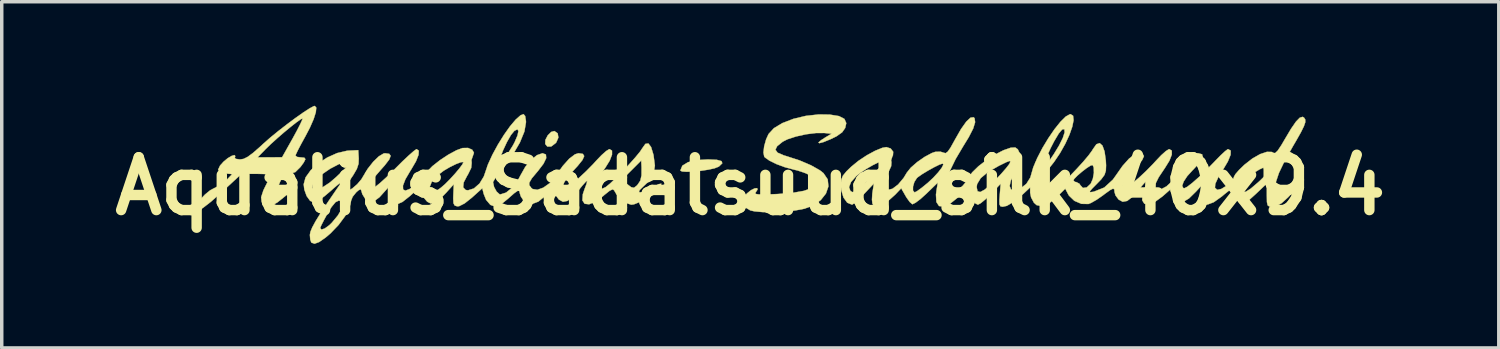
<source format=kicad_pcb>
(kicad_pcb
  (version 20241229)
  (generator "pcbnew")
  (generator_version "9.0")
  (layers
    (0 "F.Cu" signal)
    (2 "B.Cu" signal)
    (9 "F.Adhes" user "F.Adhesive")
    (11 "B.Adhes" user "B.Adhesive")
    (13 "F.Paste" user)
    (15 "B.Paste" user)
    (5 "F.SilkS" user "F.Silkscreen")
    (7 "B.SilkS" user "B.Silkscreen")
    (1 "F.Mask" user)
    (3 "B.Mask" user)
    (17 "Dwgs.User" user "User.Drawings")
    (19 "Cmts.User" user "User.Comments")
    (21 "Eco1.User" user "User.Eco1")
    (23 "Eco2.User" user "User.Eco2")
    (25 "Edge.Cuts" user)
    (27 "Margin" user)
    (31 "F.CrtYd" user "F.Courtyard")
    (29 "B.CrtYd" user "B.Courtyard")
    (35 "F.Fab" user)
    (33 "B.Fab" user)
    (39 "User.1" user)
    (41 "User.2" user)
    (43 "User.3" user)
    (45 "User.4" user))
  (footprint "Aqualius_Sadalsuud_silk_40x9.4"
    (layer "F.Cu")
    (at 18.586 2.319)
    (property "Reference" "Aqualius_Sadalsuud_silk_40x9.4" (at 0 0 0) (layer "F.SilkS") (effects (font (size 1.524 1.524) (thickness 0.3))))
    (attr through_hole)
    (fp_poly (pts (xy -5.554 -1.524) (xy -5.534 -1.402) (xy -5.593 -1.265) (xy -5.612 -1.242) (xy -5.742 -1.144) (xy -5.853 -1.144) (xy -5.913 -1.217) (xy -5.908 -1.335) (xy -5.841 -1.465) (xy -5.741 -1.564) (xy -5.65 -1.59) (xy -5.554 -1.524)) (stroke (width 0.01) (type solid)) (fill yes) (layer "F.SilkS"))
    (fp_poly (pts (xy -0.965 -0.76) (xy -0.829 -0.723) (xy -0.807 -0.661) (xy -0.897 -0.573) (xy -0.916 -0.561) (xy -1.029 -0.516) (xy -1.207 -0.477) (xy -1.421 -0.444) (xy -1.639 -0.423) (xy -1.832 -0.415) (xy -1.968 -0.424) (xy -2.017 -0.451) (xy -1.959 -0.591) (xy -1.794 -0.692) (xy -1.531 -0.753) (xy -1.216 -0.771) (xy -0.965 -0.76)) (stroke (width 0.01) (type solid)) (fill yes) (layer "F.SilkS"))
    (fp_poly (pts (xy 2.293 -2.064) (xy 2.558 -2.021) (xy 2.715 -1.94) (xy 2.768 -1.818) (xy 2.737 -1.679) (xy 2.649 -1.553) (xy 2.484 -1.437) (xy 2.313 -1.354) (xy 2.109 -1.271) (xy 1.991 -1.24) (xy 1.966 -1.259) (xy 2.04 -1.325) (xy 2.151 -1.397) (xy 2.344 -1.513) (xy 2.136 -1.534) (xy 1.895 -1.533) (xy 1.608 -1.497) (xy 1.319 -1.433) (xy 1.071 -1.352) (xy 0.936 -1.283) (xy 0.775 -1.154) (xy 0.725 -1.052) (xy 0.788 -0.966) (xy 0.966 -0.889) (xy 1.05 -0.864) (xy 1.421 -0.743) (xy 1.75 -0.603) (xy 2.007 -0.458) (xy 2.111 -0.376) (xy 2.233 -0.196) (xy 2.253 0.006) (xy 2.182 0.212) (xy 2.031 0.402) (xy 1.809 0.557) (xy 1.565 0.649) (xy 1.302 0.699) (xy 0.992 0.733) (xy 0.669 0.749) (xy 0.368 0.748) (xy 0.123 0.726) (xy 0 0.698) (xy -0.17 0.596) (xy -0.228 0.461) (xy -0.172 0.3) (xy -0.096 0.209) (xy 0.02 0.116) (xy 0.127 0.063) (xy 0.198 0.056) (xy 0.209 0.099) (xy 0.171 0.156) (xy 0.146 0.198) (xy 0.163 0.224) (xy 0.24 0.237) (xy 0.394 0.239) (xy 0.642 0.232) (xy 0.773 0.227) (xy 1.204 0.195) (xy 1.545 0.135) (xy 1.787 0.05) (xy 1.923 -0.058) (xy 1.945 -0.102) (xy 1.913 -0.184) (xy 1.79 -0.279) (xy 1.601 -0.372) (xy 1.37 -0.451) (xy 1.248 -0.48) (xy 0.999 -0.547) (xy 0.756 -0.637) (xy 0.552 -0.737) (xy 0.421 -0.83) (xy 0.402 -0.854) (xy 0.38 -0.971) (xy 0.401 -1.151) (xy 0.457 -1.351) (xy 0.527 -1.504) (xy 0.681 -1.672) (xy 0.929 -1.821) (xy 1.244 -1.942) (xy 1.601 -2.027) (xy 1.976 -2.069) (xy 2.293 -2.064)) (stroke (width 0.01) (type solid)) (fill yes) (layer "F.SilkS"))
    (fp_poly (pts (xy -12.516 -2.267) (xy -12.528 -2.135) (xy -12.591 -1.936) (xy -12.699 -1.689) (xy -12.819 -1.459) (xy -12.943 -1.233) (xy -13.042 -1.045) (xy -13.102 -0.919) (xy -13.115 -0.881) (xy -13.065 -0.843) (xy -12.967 -0.831) (xy -12.859 -0.821) (xy -12.829 -0.779) (xy -12.876 -0.684) (xy -12.97 -0.555) (xy -13.12 -0.406) (xy -13.275 -0.356) (xy -13.285 -0.356) (xy -13.412 -0.33) (xy -13.505 -0.231) (xy -13.55 -0.146) (xy -13.637 0.06) (xy -13.652 0.177) (xy -13.586 0.215) (xy -13.431 0.185) (xy -13.323 0.15) (xy -13.285 0.153) (xy -13.338 0.221) (xy -13.412 0.288) (xy -13.637 0.468) (xy -13.805 0.563) (xy -13.931 0.58) (xy -13.995 0.555) (xy -14.089 0.457) (xy -14.105 0.318) (xy -14.041 0.121) (xy -13.981 -0.002) (xy -13.897 -0.168) (xy -13.841 -0.287) (xy -13.828 -0.325) (xy -13.882 -0.34) (xy -14.025 -0.351) (xy -14.227 -0.356) (xy -14.249 -0.356) (xy -14.67 -0.356) (xy -15.249 0.178) (xy -15.551 0.446) (xy -15.779 0.623) (xy -15.933 0.709) (xy -16.012 0.703) (xy -16.023 0.662) (xy -15.98 0.546) (xy -15.871 0.395) (xy -15.725 0.241) (xy -15.575 0.118) (xy -15.473 0.064) (xy -15.294 -0.026) (xy -15.123 -0.158) (xy -15.106 -0.175) (xy -14.941 -0.348) (xy -15.136 -0.367) (xy -15.295 -0.403) (xy -15.346 -0.476) (xy -15.291 -0.593) (xy -15.191 -0.705) (xy -15.07 -0.806) (xy -14.956 -0.873) (xy -14.874 -0.897) (xy -14.85 -0.867) (xy -14.866 -0.831) (xy -14.843 -0.789) (xy -14.726 -0.772) (xy -14.716 -0.771) (xy -14.612 -0.787) (xy -14.522 -0.831) (xy -14.208 -0.831) (xy -13.854 -0.832) (xy -13.501 -0.834) (xy -13.194 -1.381) (xy -13.071 -1.607) (xy -12.976 -1.793) (xy -12.92 -1.915) (xy -12.911 -1.952) (xy -12.965 -1.928) (xy -13.086 -1.842) (xy -13.254 -1.71) (xy -13.448 -1.55) (xy -13.646 -1.378) (xy -13.829 -1.212) (xy -13.973 -1.072) (xy -14.208 -0.831) (xy -14.522 -0.831) (xy -14.496 -0.844) (xy -14.345 -0.955) (xy -14.141 -1.133) (xy -14.045 -1.222) (xy -13.85 -1.394) (xy -13.618 -1.584) (xy -13.367 -1.779) (xy -13.119 -1.964) (xy -12.894 -2.123) (xy -12.71 -2.242) (xy -12.589 -2.307) (xy -12.56 -2.314) (xy -12.516 -2.267)) (stroke (width 0.01) (type solid)) (fill yes) (layer "F.SilkS"))
    (fp_poly (pts (xy -6.492 -2.023) (xy -6.469 -1.878) (xy -6.469 -1.838) (xy -6.514 -1.576) (xy -6.644 -1.259) (xy -6.85 -0.905) (xy -7.115 -0.541) (xy -7.256 -0.36) (xy -7.362 -0.214) (xy -7.415 -0.126) (xy -7.418 -0.115) (xy -7.388 0.023) (xy -7.316 0.155) (xy -7.231 0.232) (xy -7.206 0.237) (xy -7.042 0.185) (xy -6.867 0.044) (xy -6.707 -0.161) (xy -6.622 -0.32) (xy -6.489 -0.556) (xy -6.324 -0.756) (xy -6.15 -0.895) (xy -5.994 -0.949) (xy -5.989 -0.95) (xy -5.893 -0.913) (xy -5.885 -0.809) (xy -5.963 -0.647) (xy -6.124 -0.436) (xy -6.145 -0.412) (xy -6.301 -0.225) (xy -6.374 -0.098) (xy -6.372 -0.008) (xy -6.299 0.067) (xy -6.275 0.082) (xy -6.14 0.104) (xy -5.968 0.043) (xy -5.79 -0.083) (xy -5.634 -0.258) (xy -5.612 -0.291) (xy -5.411 -0.579) (xy -5.22 -0.793) (xy -5.054 -0.919) (xy -4.953 -0.95) (xy -4.828 -0.931) (xy -4.789 -0.869) (xy -4.839 -0.756) (xy -4.979 -0.582) (xy -5.07 -0.484) (xy -5.253 -0.275) (xy -5.367 -0.107) (xy -5.406 0.008) (xy -5.363 0.058) (xy -5.348 0.059) (xy -5.262 0.019) (xy -5.117 -0.089) (xy -4.933 -0.246) (xy -4.731 -0.434) (xy -4.534 -0.634) (xy -4.445 -0.732) (xy -4.29 -0.894) (xy -4.156 -1.013) (xy -4.068 -1.067) (xy -4.06 -1.068) (xy -3.987 -1.026) (xy -3.987 -0.909) (xy -4.054 -0.736) (xy -4.186 -0.523) (xy -4.187 -0.522) (xy -4.363 -0.259) (xy -4.456 -0.072) (xy -4.47 0.046) (xy -4.42 0.098) (xy -4.312 0.091) (xy -4.174 0.029) (xy -4.169 0.026) (xy -4.05 -0.07) (xy -3.928 -0.185) (xy -3.701 -0.185) (xy -3.557 -0.065) (xy -3.434 0.029) (xy -3.355 0.046) (xy -3.279 -0.011) (xy -3.245 -0.048) (xy -3.17 -0.162) (xy -3.136 -0.313) (xy -3.135 -0.538) (xy -3.136 -0.563) (xy -3.145 -0.74) (xy -3.423 -0.462) (xy -3.701 -0.185) (xy -3.928 -0.185) (xy -3.881 -0.229) (xy -3.687 -0.425) (xy -3.49 -0.634) (xy -3.313 -0.833) (xy -3.179 -0.996) (xy -3.116 -1.091) (xy -3.024 -1.22) (xy -2.938 -1.232) (xy -2.86 -1.128) (xy -2.794 -0.911) (xy -2.79 -0.894) (xy -2.751 -0.593) (xy -2.789 -0.357) (xy -2.912 -0.155) (xy -3.078 0.002) (xy -3.192 0.113) (xy -3.21 0.172) (xy -3.144 0.178) (xy -3.007 0.13) (xy -2.81 0.027) (xy -2.809 0.027) (xy -2.641 -0.059) (xy -2.564 -0.072) (xy -2.58 -0.014) (xy -2.694 0.111) (xy -2.715 0.131) (xy -2.932 0.308) (xy -3.157 0.445) (xy -3.354 0.523) (xy -3.432 0.534) (xy -3.564 0.49) (xy -3.719 0.381) (xy -3.855 0.241) (xy -3.927 0.119) (xy -3.967 0.09) (xy -4.056 0.132) (xy -4.208 0.253) (xy -4.241 0.283) (xy -4.466 0.448) (xy -4.648 0.522) (xy -4.776 0.507) (xy -4.841 0.41) (xy -4.829 0.233) (xy -4.779 0.084) (xy -4.725 -0.058) (xy -4.703 -0.145) (xy -4.705 -0.155) (xy -4.748 -0.123) (xy -4.84 -0.02) (xy -4.928 0.088) (xy -5.119 0.307) (xy -5.273 0.425) (xy -5.402 0.449) (xy -5.519 0.386) (xy -5.609 0.266) (xy -5.638 0.169) (xy -5.644 0.088) (xy -5.675 0.072) (xy -5.749 0.127) (xy -5.887 0.261) (xy -5.89 0.264) (xy -6.112 0.445) (xy -6.307 0.518) (xy -6.468 0.482) (xy -6.538 0.418) (xy -6.618 0.293) (xy -6.647 0.201) (xy -6.659 0.136) (xy -6.708 0.134) (xy -6.807 0.203) (xy -6.974 0.35) (xy -6.98 0.356) (xy -7.138 0.485) (xy -7.278 0.571) (xy -7.348 0.593) (xy -7.494 0.539) (xy -7.618 0.394) (xy -7.687 0.223) (xy -7.728 0.06) (xy -8.028 0.33) (xy -8.237 0.496) (xy -8.395 0.576) (xy -8.452 0.581) (xy -8.524 0.557) (xy -8.559 0.491) (xy -8.566 0.351) (xy -8.563 0.254) (xy -8.55 -0.055) (xy -8.765 0.183) (xy -8.954 0.378) (xy -9.096 0.481) (xy -9.209 0.503) (xy -9.31 0.451) (xy -9.322 0.441) (xy -9.409 0.339) (xy -9.437 0.273) (xy -9.467 0.168) (xy -9.492 0.122) (xy -9.539 0.089) (xy -9.616 0.118) (xy -9.745 0.221) (xy -9.816 0.285) (xy -10.03 0.454) (xy -10.204 0.53) (xy -10.242 0.534) (xy -10.338 0.525) (xy -10.378 0.477) (xy -10.379 0.357) (xy -10.372 0.282) (xy -10.344 0.093) (xy -10.307 -0.062) (xy -10.297 -0.089) (xy -10.305 -0.107) (xy -10.372 -0.045) (xy -10.483 0.084) (xy -10.497 0.101) (xy -10.693 0.319) (xy -10.849 0.434) (xy -10.978 0.452) (xy -11.091 0.377) (xy -11.109 0.357) (xy -11.188 0.228) (xy -11.216 0.131) (xy -11.235 0.086) (xy -11.303 0.123) (xy -11.365 0.178) (xy -11.467 0.305) (xy -11.513 0.422) (xy -11.513 0.428) (xy -11.559 0.626) (xy -11.685 0.865) (xy -11.874 1.119) (xy -12.106 1.361) (xy -12.248 1.482) (xy -12.436 1.612) (xy -12.565 1.659) (xy -12.654 1.628) (xy -12.66 1.622) (xy -12.689 1.54) (xy -12.7 1.405) (xy -12.684 1.315) (xy -12.639 1.207) (xy -12.403 1.207) (xy -12.366 1.251) (xy -12.271 1.22) (xy -12.141 1.126) (xy -12.066 1.053) (xy -11.892 0.843) (xy -11.785 0.66) (xy -11.751 0.518) (xy -11.793 0.433) (xy -11.866 0.415) (xy -11.961 0.461) (xy -12.078 0.603) (xy -12.193 0.792) (xy -12.296 0.981) (xy -12.371 1.128) (xy -12.403 1.205) (xy -12.403 1.207) (xy -12.639 1.207) (xy -12.63 1.186) (xy -12.534 1.008) (xy -12.387 0.771) (xy -12.185 0.464) (xy -11.92 0.076) (xy -11.811 -0.081) (xy -11.81 -0.102) (xy -11.882 -0.052) (xy -12.013 0.059) (xy -12.096 0.134) (xy -12.28 0.29) (xy -12.444 0.409) (xy -12.56 0.47) (xy -12.583 0.475) (xy -12.694 0.421) (xy -12.793 0.284) (xy -12.86 0.099) (xy -12.867 0.041) (xy -12.641 0.041) (xy -12.598 0.1) (xy -12.485 0.093) (xy -12.324 0.026) (xy -12.14 -0.095) (xy -12.11 -0.118) (xy -11.943 -0.262) (xy -11.754 -0.442) (xy -11.661 -0.536) (xy -11.535 -0.673) (xy -11.485 -0.742) (xy -11.506 -0.758) (xy -11.572 -0.744) (xy -11.849 -0.643) (xy -12.115 -0.504) (xy -12.349 -0.344) (xy -12.527 -0.179) (xy -12.627 -0.026) (xy -12.641 0.041) (xy -12.867 0.041) (xy -12.878 -0.056) (xy -12.824 -0.253) (xy -12.677 -0.458) (xy -12.462 -0.655) (xy -12.2 -0.826) (xy -11.915 -0.954) (xy -11.631 -1.021) (xy -11.566 -1.026) (xy -11.305 -1.039) (xy -11.291 -0.801) (xy -11.297 -0.646) (xy -11.346 -0.497) (xy -11.452 -0.315) (xy -11.513 -0.226) (xy -11.623 -0.054) (xy -11.687 0.079) (xy -11.694 0.146) (xy -11.692 0.148) (xy -11.604 0.14) (xy -11.474 0.063) (xy -11.334 -0.058) (xy -11.215 -0.198) (xy -11.174 -0.267) (xy -11.035 -0.498) (xy -10.874 -0.703) (xy -10.713 -0.859) (xy -10.575 -0.942) (xy -10.533 -0.95) (xy -10.411 -0.933) (xy -10.37 -0.875) (xy -10.413 -0.767) (xy -10.543 -0.598) (xy -10.654 -0.473) (xy -10.837 -0.262) (xy -10.934 -0.115) (xy -10.951 -0.019) (xy -10.893 0.038) (xy -10.873 0.045) (xy -10.808 0.014) (xy -10.679 -0.089) (xy -10.503 -0.248) (xy -10.297 -0.448) (xy -10.246 -0.5) (xy -10.036 -0.71) (xy -9.851 -0.884) (xy -9.71 -1.008) (xy -9.63 -1.066) (xy -9.622 -1.068) (xy -9.56 -1.024) (xy -9.567 -0.903) (xy -9.64 -0.718) (xy -9.775 -0.487) (xy -9.792 -0.461) (xy -9.945 -0.201) (xy -10.016 -0.016) (xy -10.012 0.094) (xy -9.946 0.128) (xy -9.827 0.084) (xy -9.746 0.024) (xy -9.244 0.024) (xy -9.237 0.089) (xy -9.189 0.162) (xy -9.112 0.163) (xy -8.981 0.087) (xy -8.918 0.041) (xy -8.805 -0.056) (xy -8.665 -0.197) (xy -8.52 -0.355) (xy -8.392 -0.507) (xy -8.302 -0.628) (xy -8.271 -0.693) (xy -8.272 -0.696) (xy -8.344 -0.692) (xy -8.486 -0.638) (xy -8.67 -0.547) (xy -8.838 -0.448) (xy -9.045 -0.29) (xy -9.186 -0.125) (xy -9.244 0.024) (xy -9.746 0.024) (xy -9.664 -0.038) (xy -9.468 -0.238) (xy -9.32 -0.42) (xy -9.169 -0.576) (xy -8.951 -0.748) (xy -8.707 -0.909) (xy -8.472 -1.036) (xy -8.299 -1.1) (xy -8.139 -1.103) (xy -8.019 -1.051) (xy -7.968 -0.964) (xy -7.999 -0.875) (xy -8.04 -0.756) (xy -8.034 -0.671) (xy -8.048 -0.527) (xy -8.144 -0.332) (xy -8.162 -0.305) (xy -8.265 -0.107) (xy -8.28 0.034) (xy -8.208 0.109) (xy -8.14 0.119) (xy -7.969 0.065) (xy -7.807 -0.077) (xy -7.685 -0.277) (xy -7.651 -0.374) (xy -7.586 -0.564) (xy -7.297 -0.564) (xy -7.118 -0.771) (xy -6.983 -0.954) (xy -6.845 -1.175) (xy -6.795 -1.269) (xy -6.712 -1.464) (xy -6.686 -1.592) (xy -6.716 -1.64) (xy -6.803 -1.596) (xy -6.805 -1.594) (xy -6.903 -1.474) (xy -7.017 -1.274) (xy -7.132 -1.027) (xy -7.215 -0.807) (xy -7.297 -0.564) (xy -7.586 -0.564) (xy -7.565 -0.626) (xy -7.436 -0.908) (xy -7.278 -1.198) (xy -7.105 -1.477) (xy -6.93 -1.724) (xy -6.765 -1.92) (xy -6.625 -2.044) (xy -6.538 -2.077) (xy -6.492 -2.023)) (stroke (width 0.01) (type solid)) (fill yes) (layer "F.SilkS"))
    (fp_poly (pts (xy 9.309 -2.031) (xy 9.323 -1.904) (xy 9.285 -1.714) (xy 9.203 -1.481) (xy 9.083 -1.221) (xy 8.932 -0.953) (xy 8.758 -0.695) (xy 8.638 -0.544) (xy 8.459 -0.305) (xy 8.374 -0.119) (xy 8.368 -0.066) (xy 8.409 0.116) (xy 8.52 0.22) (xy 8.608 0.237) (xy 8.687 0.196) (xy 8.826 0.083) (xy 9.004 -0.082) (xy 9.088 -0.165) (xy 9.317 -0.165) (xy 9.365 -0.123) (xy 9.4 -0.119) (xy 9.492 -0.071) (xy 9.517 -0.03) (xy 9.593 0.051) (xy 9.704 0.035) (xy 9.818 -0.072) (xy 9.818 -0.073) (xy 9.878 -0.21) (xy 9.909 -0.381) (xy 9.905 -0.535) (xy 9.874 -0.61) (xy 9.815 -0.595) (xy 9.701 -0.522) (xy 9.564 -0.417) (xy 9.434 -0.305) (xy 9.342 -0.211) (xy 9.317 -0.165) (xy 9.088 -0.165) (xy 9.205 -0.281) (xy 9.409 -0.494) (xy 9.599 -0.702) (xy 9.755 -0.887) (xy 9.859 -1.029) (xy 9.878 -1.063) (xy 9.981 -1.209) (xy 10.076 -1.242) (xy 10.156 -1.17) (xy 10.217 -0.999) (xy 10.253 -0.735) (xy 10.26 -0.6) (xy 10.254 -0.446) (xy 10.215 -0.326) (xy 10.122 -0.2) (xy 10 -0.074) (xy 9.858 0.07) (xy 9.793 0.147) (xy 9.8 0.173) (xy 9.871 0.165) (xy 9.911 0.157) (xy 10.208 0.039) (xy 10.455 -0.187) (xy 10.538 -0.303) (xy 10.735 -0.584) (xy 10.923 -0.794) (xy 11.088 -0.919) (xy 11.189 -0.95) (xy 11.314 -0.931) (xy 11.353 -0.869) (xy 11.303 -0.756) (xy 11.163 -0.582) (xy 11.072 -0.484) (xy 10.889 -0.275) (xy 10.775 -0.107) (xy 10.736 0.008) (xy 10.779 0.058) (xy 10.794 0.059) (xy 10.88 0.019) (xy 11.026 -0.089) (xy 11.21 -0.246) (xy 11.411 -0.434) (xy 11.608 -0.634) (xy 11.698 -0.732) (xy 11.852 -0.894) (xy 11.986 -1.013) (xy 12.074 -1.067) (xy 12.082 -1.068) (xy 12.155 -1.026) (xy 12.155 -0.909) (xy 12.088 -0.736) (xy 11.956 -0.523) (xy 11.955 -0.522) (xy 11.778 -0.257) (xy 11.684 -0.068) (xy 11.672 0.05) (xy 11.718 0.096) (xy 11.846 0.089) (xy 12.002 0.006) (xy 12.149 -0.129) (xy 12.246 -0.273) (xy 12.37 -0.481) (xy 12.528 -0.678) (xy 12.695 -0.837) (xy 12.846 -0.933) (xy 12.915 -0.95) (xy 13.03 -0.919) (xy 13.046 -0.829) (xy 12.961 -0.682) (xy 12.777 -0.481) (xy 12.759 -0.464) (xy 12.601 -0.29) (xy 12.497 -0.132) (xy 12.455 -0.011) (xy 12.486 0.053) (xy 12.518 0.059) (xy 12.601 0.018) (xy 12.746 -0.094) (xy 12.937 -0.262) (xy 13.155 -0.47) (xy 13.383 -0.703) (xy 13.406 -0.728) (xy 13.563 -0.888) (xy 13.692 -1.008) (xy 13.77 -1.066) (xy 13.779 -1.068) (xy 13.854 -1.026) (xy 13.851 -0.905) (xy 13.773 -0.713) (xy 13.65 -0.505) (xy 13.492 -0.247) (xy 13.41 -0.068) (xy 13.4 0.044) (xy 13.459 0.099) (xy 13.478 0.104) (xy 13.584 0.079) (xy 13.723 -0.006) (xy 13.853 -0.119) (xy 13.936 -0.227) (xy 13.946 -0.267) (xy 13.988 -0.344) (xy 14.096 -0.469) (xy 14.249 -0.617) (xy 14.478 -0.796) (xy 14.702 -0.924) (xy 14.899 -0.99) (xy 15.044 -0.987) (xy 15.086 -0.961) (xy 15.136 -0.954) (xy 15.209 -1.024) (xy 15.315 -1.183) (xy 15.414 -1.352) (xy 15.596 -1.658) (xy 15.738 -1.863) (xy 15.847 -1.975) (xy 15.929 -2) (xy 15.969 -1.977) (xy 16.004 -1.922) (xy 16.005 -1.845) (xy 15.965 -1.728) (xy 15.879 -1.554) (xy 15.739 -1.306) (xy 15.644 -1.144) (xy 15.407 -0.72) (xy 15.245 -0.381) (xy 15.158 -0.121) (xy 15.143 0.064) (xy 15.143 0.066) (xy 15.198 0.191) (xy 15.309 0.215) (xy 15.469 0.138) (xy 15.573 0.056) (xy 15.709 -0.049) (xy 15.777 -0.072) (xy 15.779 -0.026) (xy 15.719 0.078) (xy 15.598 0.226) (xy 15.513 0.317) (xy 15.325 0.488) (xy 15.175 0.575) (xy 15.068 0.593) (xy 14.97 0.588) (xy 14.919 0.551) (xy 14.899 0.456) (xy 14.896 0.272) (xy 14.896 0.258) (xy 14.896 -0.077) (xy 14.573 0.229) (xy 14.41 0.376) (xy 14.275 0.485) (xy 14.196 0.533) (xy 14.191 0.534) (xy 14.108 0.485) (xy 14.02 0.37) (xy 13.958 0.235) (xy 13.946 0.165) (xy 13.938 0.09) (xy 13.91 0.075) (xy 14.187 0.075) (xy 14.207 0.163) (xy 14.287 0.162) (xy 14.431 0.071) (xy 14.644 -0.11) (xy 14.704 -0.165) (xy 14.917 -0.374) (xy 15.04 -0.521) (xy 15.071 -0.603) (xy 15.009 -0.618) (xy 14.92 -0.592) (xy 14.685 -0.484) (xy 14.471 -0.354) (xy 14.307 -0.223) (xy 14.223 -0.11) (xy 14.221 -0.102) (xy 14.187 0.075) (xy 13.91 0.075) (xy 13.903 0.071) (xy 13.822 0.115) (xy 13.678 0.229) (xy 13.597 0.297) (xy 13.367 0.461) (xy 13.187 0.529) (xy 13.066 0.505) (xy 13.011 0.392) (xy 13.032 0.193) (xy 13.069 0.076) (xy 13.162 -0.183) (xy 12.855 0.154) (xy 12.651 0.354) (xy 12.491 0.449) (xy 12.368 0.44) (xy 12.273 0.328) (xy 12.231 0.229) (xy 12.168 0.047) (xy 11.891 0.291) (xy 11.67 0.453) (xy 11.49 0.523) (xy 11.363 0.505) (xy 11.301 0.403) (xy 11.315 0.223) (xy 11.363 0.084) (xy 11.417 -0.058) (xy 11.439 -0.145) (xy 11.437 -0.155) (xy 11.394 -0.123) (xy 11.302 -0.02) (xy 11.214 0.088) (xy 11.023 0.307) (xy 10.869 0.425) (xy 10.74 0.449) (xy 10.623 0.386) (xy 10.533 0.266) (xy 10.504 0.169) (xy 10.497 0.092) (xy 10.462 0.07) (xy 10.381 0.11) (xy 10.233 0.216) (xy 10.164 0.269) (xy 9.988 0.391) (xy 9.828 0.482) (xy 9.751 0.513) (xy 9.549 0.509) (xy 9.346 0.422) (xy 9.191 0.273) (xy 9.168 0.235) (xy 9.083 0.071) (xy 8.855 0.298) (xy 8.621 0.493) (xy 8.422 0.576) (xy 8.259 0.547) (xy 8.18 0.477) (xy 8.098 0.323) (xy 8.071 0.189) (xy 8.071 0.036) (xy 7.878 0.217) (xy 7.61 0.443) (xy 7.398 0.567) (xy 7.279 0.593) (xy 7.216 0.581) (xy 7.186 0.524) (xy 7.184 0.395) (xy 7.194 0.262) (xy 7.221 -0.07) (xy 6.932 0.232) (xy 6.777 0.383) (xy 6.645 0.491) (xy 6.564 0.534) (xy 6.562 0.534) (xy 6.471 0.485) (xy 6.375 0.367) (xy 6.306 0.227) (xy 6.291 0.142) (xy 6.26 0.115) (xy 6.165 0.171) (xy 6 0.315) (xy 5.996 0.318) (xy 5.763 0.505) (xy 5.577 0.589) (xy 5.443 0.572) (xy 5.367 0.456) (xy 5.355 0.243) (xy 5.37 0.124) (xy 5.408 -0.103) (xy 5.075 0.219) (xy 4.909 0.369) (xy 4.769 0.475) (xy 4.681 0.519) (xy 4.671 0.519) (xy 4.599 0.456) (xy 4.506 0.327) (xy 4.477 0.278) (xy 4.39 0.125) (xy 4.692 0.125) (xy 4.737 0.178) (xy 4.743 0.178) (xy 4.812 0.142) (xy 4.943 0.047) (xy 5.106 -0.086) (xy 5.114 -0.092) (xy 5.278 -0.245) (xy 5.42 -0.399) (xy 5.522 -0.532) (xy 5.568 -0.623) (xy 5.549 -0.653) (xy 5.459 -0.624) (xy 5.306 -0.549) (xy 5.127 -0.45) (xy 4.957 -0.347) (xy 4.832 -0.259) (xy 4.805 -0.235) (xy 4.732 -0.123) (xy 4.693 0.011) (xy 4.692 0.125) (xy 4.39 0.125) (xy 4.354 0.06) (xy 4.18 0.243) (xy 4.005 0.4) (xy 3.82 0.523) (xy 3.662 0.588) (xy 3.621 0.593) (xy 3.547 0.546) (xy 3.522 0.502) (xy 3.509 0.388) (xy 3.519 0.217) (xy 3.526 0.167) (xy 3.565 -0.077) (xy 3.278 0.228) (xy 3.128 0.38) (xy 3.006 0.489) (xy 2.936 0.533) (xy 2.935 0.533) (xy 2.796 0.476) (xy 2.688 0.327) (xy 2.623 0.11) (xy 2.617 0.028) (xy 2.848 0.028) (xy 2.888 0.138) (xy 2.947 0.171) (xy 3.024 0.154) (xy 3.135 0.075) (xy 3.296 -0.076) (xy 3.456 -0.24) (xy 3.628 -0.424) (xy 3.763 -0.579) (xy 3.843 -0.685) (xy 3.857 -0.715) (xy 3.813 -0.728) (xy 3.697 -0.687) (xy 3.535 -0.607) (xy 3.353 -0.502) (xy 3.179 -0.386) (xy 3.058 -0.291) (xy 2.905 -0.121) (xy 2.848 0.028) (xy 2.617 0.028) (xy 2.611 -0.047) (xy 2.623 -0.185) (xy 2.67 -0.301) (xy 2.774 -0.428) (xy 2.909 -0.559) (xy 3.118 -0.73) (xy 3.359 -0.89) (xy 3.6 -1.021) (xy 3.808 -1.106) (xy 3.924 -1.127) (xy 4.049 -1.087) (xy 4.121 -0.993) (xy 4.114 -0.887) (xy 4.101 -0.868) (xy 4.061 -0.748) (xy 4.071 -0.689) (xy 4.062 -0.575) (xy 3.986 -0.409) (xy 3.95 -0.35) (xy 3.837 -0.138) (xy 3.822 0.011) (xy 3.905 0.094) (xy 3.962 0.108) (xy 4.102 0.074) (xy 4.263 -0.048) (xy 4.422 -0.238) (xy 4.515 -0.391) (xy 4.629 -0.534) (xy 4.813 -0.695) (xy 5.029 -0.845) (xy 5.236 -0.956) (xy 5.334 -0.99) (xy 5.484 -0.995) (xy 5.575 -0.966) (xy 5.631 -0.951) (xy 5.692 -0.993) (xy 5.772 -1.106) (xy 5.885 -1.309) (xy 5.903 -1.342) (xy 6.078 -1.648) (xy 6.229 -1.861) (xy 6.352 -1.976) (xy 6.442 -1.987) (xy 6.468 -1.96) (xy 6.484 -1.846) (xy 6.429 -1.665) (xy 6.299 -1.411) (xy 6.138 -1.148) (xy 5.922 -0.783) (xy 5.764 -0.458) (xy 5.666 -0.182) (xy 5.633 0.031) (xy 5.668 0.171) (xy 5.724 0.215) (xy 5.832 0.201) (xy 5.977 0.117) (xy 6.082 0.027) (xy 6.528 0.027) (xy 6.553 0.145) (xy 6.63 0.169) (xy 6.763 0.098) (xy 6.956 -0.068) (xy 7.066 -0.177) (xy 7.236 -0.357) (xy 7.378 -0.52) (xy 7.467 -0.635) (xy 7.478 -0.654) (xy 7.502 -0.713) (xy 7.477 -0.727) (xy 7.384 -0.693) (xy 7.207 -0.606) (xy 7.177 -0.592) (xy 6.855 -0.407) (xy 6.645 -0.232) (xy 6.542 -0.063) (xy 6.528 0.027) (xy 6.082 0.027) (xy 6.126 -0.011) (xy 6.247 -0.157) (xy 6.291 -0.238) (xy 6.397 -0.396) (xy 6.578 -0.573) (xy 6.807 -0.751) (xy 7.057 -0.911) (xy 7.301 -1.036) (xy 7.511 -1.109) (xy 7.641 -1.116) (xy 7.715 -1.063) (xy 7.761 -0.966) (xy 7.766 -0.873) (xy 7.718 -0.831) (xy 7.717 -0.831) (xy 7.681 -0.8) (xy 7.715 -0.712) (xy 7.742 -0.614) (xy 7.706 -0.498) (xy 7.628 -0.372) (xy 7.516 -0.168) (xy 7.479 -0.007) (xy 7.518 0.093) (xy 7.602 0.119) (xy 7.791 0.066) (xy 7.962 -0.068) (xy 8.076 -0.25) (xy 8.095 -0.316) (xy 8.161 -0.545) (xy 8.216 -0.674) (xy 8.49 -0.674) (xy 8.497 -0.598) (xy 8.51 -0.593) (xy 8.553 -0.639) (xy 8.64 -0.758) (xy 8.751 -0.92) (xy 8.904 -1.171) (xy 9.013 -1.39) (xy 9.066 -1.554) (xy 9.057 -1.645) (xy 9.056 -1.646) (xy 8.993 -1.635) (xy 8.894 -1.517) (xy 8.764 -1.298) (xy 8.661 -1.098) (xy 8.545 -0.843) (xy 8.49 -0.674) (xy 8.216 -0.674) (xy 8.276 -0.813) (xy 8.424 -1.099) (xy 8.595 -1.382) (xy 8.772 -1.641) (xy 8.945 -1.857) (xy 9.099 -2.009) (xy 9.221 -2.076) (xy 9.236 -2.077) (xy 9.309 -2.031)) (stroke (width 0.01) (type solid)) (fill yes) (layer "F.SilkS")))
  (gr_rect
    (start -3 -3)
    (end 40.171 6.983)
    (stroke (width 0.1) (type default))
    (fill no)
    (layer "Edge.Cuts")))
</source>
